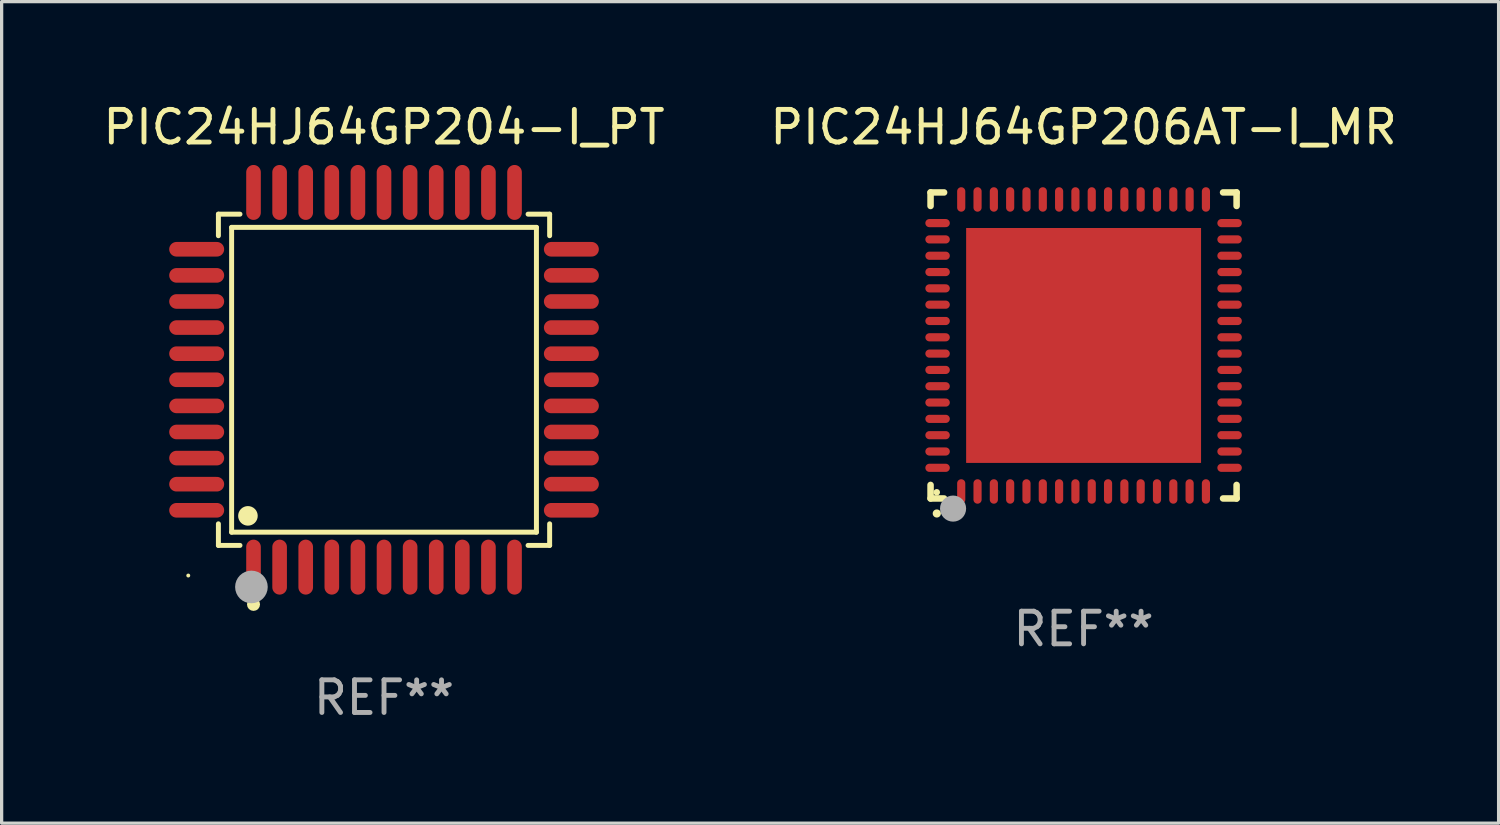
<source format=kicad_pcb>
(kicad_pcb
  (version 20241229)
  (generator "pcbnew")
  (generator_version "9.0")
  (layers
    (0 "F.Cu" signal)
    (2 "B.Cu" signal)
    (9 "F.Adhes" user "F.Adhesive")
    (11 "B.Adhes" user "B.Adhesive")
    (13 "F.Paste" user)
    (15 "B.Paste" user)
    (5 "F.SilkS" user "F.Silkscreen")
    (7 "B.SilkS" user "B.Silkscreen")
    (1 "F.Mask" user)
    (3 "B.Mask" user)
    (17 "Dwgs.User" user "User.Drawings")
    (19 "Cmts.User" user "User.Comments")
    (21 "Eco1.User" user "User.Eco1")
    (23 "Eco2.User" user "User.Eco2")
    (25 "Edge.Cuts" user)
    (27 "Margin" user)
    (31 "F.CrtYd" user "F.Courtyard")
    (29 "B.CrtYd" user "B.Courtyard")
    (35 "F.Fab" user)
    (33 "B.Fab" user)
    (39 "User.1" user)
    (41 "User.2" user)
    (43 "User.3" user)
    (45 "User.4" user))
  (footprint "PIC24HJ64GP204-I_PT"
    (layer "F.Cu")
    (at 8.72 8.59)
    (property "Reference" "PIC24HJ64GP204-I_PT" (at 0 -7.742 0) (layer "F.SilkS") (effects (font (size 1 1) (thickness 0.15))))
    (attr through_hole)
    (fp_line (start -5.076 -5.076) (end -4.415 -5.076) (stroke (width 0.152) (type solid)) (layer "F.SilkS"))
    (fp_line (start -5.076 -4.415) (end -5.076 -5.076) (stroke (width 0.152) (type solid)) (layer "F.SilkS"))
    (fp_line (start -5.076 4.415) (end -5.076 5.076) (stroke (width 0.152) (type solid)) (layer "F.SilkS"))
    (fp_line (start -5.076 5.076) (end -4.415 5.076) (stroke (width 0.152) (type solid)) (layer "F.SilkS"))
    (fp_line (start -4.671 -4.671) (end 4.671 -4.671) (stroke (width 0.152) (type solid)) (layer "F.SilkS"))
    (fp_line (start -4.671 4.671) (end -4.671 -4.671) (stroke (width 0.152) (type solid)) (layer "F.SilkS"))
    (fp_line (start 4.671 -4.671) (end 4.671 4.671) (stroke (width 0.152) (type solid)) (layer "F.SilkS"))
    (fp_line (start 4.671 4.671) (end -4.671 4.671) (stroke (width 0.152) (type solid)) (layer "F.SilkS"))
    (fp_line (start 5.076 -5.076) (end 4.415 -5.076) (stroke (width 0.152) (type solid)) (layer "F.SilkS"))
    (fp_line (start 5.076 -4.415) (end 5.076 -5.076) (stroke (width 0.152) (type solid)) (layer "F.SilkS"))
    (fp_line (start 5.076 4.415) (end 5.076 5.076) (stroke (width 0.152) (type solid)) (layer "F.SilkS"))
    (fp_line (start 5.076 5.076) (end 4.415 5.076) (stroke (width 0.152) (type solid)) (layer "F.SilkS"))
    (fp_circle (center -6 6) (end -5.97 6) (stroke (width 0.06) (type solid)) (fill no) (layer "F.SilkS"))
    (fp_circle (center -4.171 4.171) (end -4.021 4.171) (stroke (width 0.3) (type solid)) (fill no) (layer "F.SilkS"))
    (fp_circle (center -4 6.884) (end -3.9 6.884) (stroke (width 0.2) (type solid)) (fill no) (layer "F.SilkS"))
    (fp_circle (center -4.064 6.35) (end -3.814 6.35) (stroke (width 0.5) (type solid)) (fill no) (layer "F.Fab"))
    (fp_text user "REF**" (at 0 9.742 0) (layer "F.Fab") (effects (font (size 1 1) (thickness 0.15))))
    (pad "1" smd oval (at -4 5.742) (size 0.448 1.684) (layers "F.Cu" "F.Mask" "F.Paste"))
    (pad "2" smd oval (at -3.2 5.742) (size 0.448 1.684) (layers "F.Cu" "F.Mask" "F.Paste"))
    (pad "3" smd oval (at -2.4 5.742) (size 0.448 1.684) (layers "F.Cu" "F.Mask" "F.Paste"))
    (pad "4" smd oval (at -1.6 5.742) (size 0.448 1.684) (layers "F.Cu" "F.Mask" "F.Paste"))
    (pad "5" smd oval (at -0.8 5.742) (size 0.448 1.684) (layers "F.Cu" "F.Mask" "F.Paste"))
    (pad "6" smd oval (at 0 5.742) (size 0.448 1.684) (layers "F.Cu" "F.Mask" "F.Paste"))
    (pad "7" smd oval (at 0.8 5.742) (size 0.448 1.684) (layers "F.Cu" "F.Mask" "F.Paste"))
    (pad "8" smd oval (at 1.6 5.742) (size 0.448 1.684) (layers "F.Cu" "F.Mask" "F.Paste"))
    (pad "9" smd oval (at 2.4 5.742) (size 0.448 1.684) (layers "F.Cu" "F.Mask" "F.Paste"))
    (pad "10" smd oval (at 3.2 5.742) (size 0.448 1.684) (layers "F.Cu" "F.Mask" "F.Paste"))
    (pad "11" smd oval (at 4 5.742) (size 0.448 1.684) (layers "F.Cu" "F.Mask" "F.Paste"))
    (pad "12" smd oval (at 5.742 4) (size 1.684 0.448) (layers "F.Cu" "F.Mask" "F.Paste"))
    (pad "13" smd oval (at 5.742 3.2) (size 1.684 0.448) (layers "F.Cu" "F.Mask" "F.Paste"))
    (pad "14" smd oval (at 5.742 2.4) (size 1.684 0.448) (layers "F.Cu" "F.Mask" "F.Paste"))
    (pad "15" smd oval (at 5.742 1.6) (size 1.684 0.448) (layers "F.Cu" "F.Mask" "F.Paste"))
    (pad "16" smd oval (at 5.742 0.8) (size 1.684 0.448) (layers "F.Cu" "F.Mask" "F.Paste"))
    (pad "17" smd oval (at 5.742 0) (size 1.684 0.448) (layers "F.Cu" "F.Mask" "F.Paste"))
    (pad "18" smd oval (at 5.742 -0.8) (size 1.684 0.448) (layers "F.Cu" "F.Mask" "F.Paste"))
    (pad "19" smd oval (at 5.742 -1.6) (size 1.684 0.448) (layers "F.Cu" "F.Mask" "F.Paste"))
    (pad "20" smd oval (at 5.742 -2.4) (size 1.684 0.448) (layers "F.Cu" "F.Mask" "F.Paste"))
    (pad "21" smd oval (at 5.742 -3.2) (size 1.684 0.448) (layers "F.Cu" "F.Mask" "F.Paste"))
    (pad "22" smd oval (at 5.742 -4) (size 1.684 0.448) (layers "F.Cu" "F.Mask" "F.Paste"))
    (pad "23" smd oval (at 4 -5.742) (size 0.448 1.684) (layers "F.Cu" "F.Mask" "F.Paste"))
    (pad "24" smd oval (at 3.2 -5.742) (size 0.448 1.684) (layers "F.Cu" "F.Mask" "F.Paste"))
    (pad "25" smd oval (at 2.4 -5.742) (size 0.448 1.684) (layers "F.Cu" "F.Mask" "F.Paste"))
    (pad "26" smd oval (at 1.6 -5.742) (size 0.448 1.684) (layers "F.Cu" "F.Mask" "F.Paste"))
    (pad "27" smd oval (at 0.8 -5.742) (size 0.448 1.684) (layers "F.Cu" "F.Mask" "F.Paste"))
    (pad "28" smd oval (at 0 -5.742) (size 0.448 1.684) (layers "F.Cu" "F.Mask" "F.Paste"))
    (pad "29" smd oval (at -0.8 -5.742) (size 0.448 1.684) (layers "F.Cu" "F.Mask" "F.Paste"))
    (pad "30" smd oval (at -1.6 -5.742) (size 0.448 1.684) (layers "F.Cu" "F.Mask" "F.Paste"))
    (pad "31" smd oval (at -2.4 -5.742) (size 0.448 1.684) (layers "F.Cu" "F.Mask" "F.Paste"))
    (pad "32" smd oval (at -3.2 -5.742) (size 0.448 1.684) (layers "F.Cu" "F.Mask" "F.Paste"))
    (pad "33" smd oval (at -4 -5.742) (size 0.448 1.684) (layers "F.Cu" "F.Mask" "F.Paste"))
    (pad "34" smd oval (at -5.742 -4) (size 1.684 0.448) (layers "F.Cu" "F.Mask" "F.Paste"))
    (pad "35" smd oval (at -5.742 -3.2) (size 1.684 0.448) (layers "F.Cu" "F.Mask" "F.Paste"))
    (pad "36" smd oval (at -5.742 -2.4) (size 1.684 0.448) (layers "F.Cu" "F.Mask" "F.Paste"))
    (pad "37" smd oval (at -5.742 -1.6) (size 1.684 0.448) (layers "F.Cu" "F.Mask" "F.Paste"))
    (pad "38" smd oval (at -5.742 -0.8) (size 1.684 0.448) (layers "F.Cu" "F.Mask" "F.Paste"))
    (pad "39" smd oval (at -5.742 0) (size 1.684 0.448) (layers "F.Cu" "F.Mask" "F.Paste"))
    (pad "40" smd oval (at -5.742 0.8) (size 1.684 0.448) (layers "F.Cu" "F.Mask" "F.Paste"))
    (pad "41" smd oval (at -5.742 1.6) (size 1.684 0.448) (layers "F.Cu" "F.Mask" "F.Paste"))
    (pad "42" smd oval (at -5.742 2.4) (size 1.684 0.448) (layers "F.Cu" "F.Mask" "F.Paste"))
    (pad "43" smd oval (at -5.742 3.2) (size 1.684 0.448) (layers "F.Cu" "F.Mask" "F.Paste"))
    (pad "44" smd oval (at -5.742 4) (size 1.684 0.448) (layers "F.Cu" "F.Mask" "F.Paste")))
  (footprint "PIC24HJ64GP206AT-I_MR"
    (layer "F.Cu")
    (at 30.161 7.538)
    (property "Reference" "PIC24HJ64GP206AT-I_MR" (at 0 -6.69 0) (layer "F.SilkS") (effects (font (size 1 1) (thickness 0.15))))
    (attr through_hole)
    (fp_line (start -4.69 -4.69) (end -4.275 -4.69) (stroke (width 0.2) (type solid)) (layer "F.SilkS"))
    (fp_line (start -4.69 -4.275) (end -4.69 -4.69) (stroke (width 0.2) (type solid)) (layer "F.SilkS"))
    (fp_line (start -4.69 4.69) (end -4.69 4.275) (stroke (width 0.2) (type solid)) (layer "F.SilkS"))
    (fp_line (start -4.275 4.69) (end -4.69 4.69) (stroke (width 0.2) (type solid)) (layer "F.SilkS"))
    (fp_line (start 4.275 4.69) (end 4.69 4.69) (stroke (width 0.2) (type solid)) (layer "F.SilkS"))
    (fp_line (start 4.69 -4.69) (end 4.275 -4.69) (stroke (width 0.2) (type solid)) (layer "F.SilkS"))
    (fp_line (start 4.69 -4.275) (end 4.69 -4.69) (stroke (width 0.2) (type solid)) (layer "F.SilkS"))
    (fp_line (start 4.69 4.69) (end 4.69 4.275) (stroke (width 0.2) (type solid)) (layer "F.SilkS"))
    (fp_arc (start -4.499886 5.15) (mid -4.498616 5.149994) (end -4.497346 5.15) (stroke (width 0.24892) (type solid)) (layer "F.SilkS"))
    (fp_circle (center -4.5 4.5) (end -4.45 4.5) (stroke (width 0.1) (type solid)) (fill no) (layer "F.SilkS"))
    (fp_circle (center -4 5) (end -3.8 5) (stroke (width 0.4) (type solid)) (fill no) (layer "F.Fab"))
    (fp_text user "REF**" (at 0 8.69 0) (layer "F.Fab") (effects (font (size 1 1) (thickness 0.15))))
    (pad "1" smd oval (at -3.75 4.475) (size 0.25 0.75) (layers "F.Cu" "F.Mask" "F.Paste"))
    (pad "2" smd oval (at -3.25 4.475) (size 0.25 0.75) (layers "F.Cu" "F.Mask" "F.Paste"))
    (pad "3" smd oval (at -2.75 4.475) (size 0.25 0.75) (layers "F.Cu" "F.Mask" "F.Paste"))
    (pad "4" smd oval (at -2.25 4.475) (size 0.25 0.75) (layers "F.Cu" "F.Mask" "F.Paste"))
    (pad "5" smd oval (at -1.75 4.475) (size 0.25 0.75) (layers "F.Cu" "F.Mask" "F.Paste"))
    (pad "6" smd oval (at -1.25 4.475) (size 0.25 0.75) (layers "F.Cu" "F.Mask" "F.Paste"))
    (pad "7" smd oval (at -0.75 4.475) (size 0.25 0.75) (layers "F.Cu" "F.Mask" "F.Paste"))
    (pad "8" smd oval (at -0.25 4.475) (size 0.25 0.75) (layers "F.Cu" "F.Mask" "F.Paste"))
    (pad "9" smd oval (at 0.25 4.475) (size 0.25 0.75) (layers "F.Cu" "F.Mask" "F.Paste"))
    (pad "10" smd oval (at 0.75 4.475) (size 0.25 0.75) (layers "F.Cu" "F.Mask" "F.Paste"))
    (pad "11" smd oval (at 1.25 4.475) (size 0.25 0.75) (layers "F.Cu" "F.Mask" "F.Paste"))
    (pad "12" smd oval (at 1.75 4.475) (size 0.25 0.75) (layers "F.Cu" "F.Mask" "F.Paste"))
    (pad "13" smd oval (at 2.25 4.475) (size 0.25 0.75) (layers "F.Cu" "F.Mask" "F.Paste"))
    (pad "14" smd oval (at 2.75 4.475) (size 0.25 0.75) (layers "F.Cu" "F.Mask" "F.Paste"))
    (pad "15" smd oval (at 3.25 4.475) (size 0.25 0.75) (layers "F.Cu" "F.Mask" "F.Paste"))
    (pad "16" smd oval (at 3.75 4.475) (size 0.25 0.75) (layers "F.Cu" "F.Mask" "F.Paste"))
    (pad "17" smd oval (at 4.475 3.75) (size 0.75 0.25) (layers "F.Cu" "F.Mask" "F.Paste"))
    (pad "18" smd oval (at 4.475 3.25) (size 0.75 0.25) (layers "F.Cu" "F.Mask" "F.Paste"))
    (pad "19" smd oval (at 4.475 2.75) (size 0.75 0.25) (layers "F.Cu" "F.Mask" "F.Paste"))
    (pad "20" smd oval (at 4.475 2.25) (size 0.75 0.25) (layers "F.Cu" "F.Mask" "F.Paste"))
    (pad "21" smd oval (at 4.475 1.75) (size 0.75 0.25) (layers "F.Cu" "F.Mask" "F.Paste"))
    (pad "22" smd oval (at 4.475 1.25) (size 0.75 0.25) (layers "F.Cu" "F.Mask" "F.Paste"))
    (pad "23" smd oval (at 4.475 0.75) (size 0.75 0.25) (layers "F.Cu" "F.Mask" "F.Paste"))
    (pad "24" smd oval (at 4.475 0.25) (size 0.75 0.25) (layers "F.Cu" "F.Mask" "F.Paste"))
    (pad "25" smd oval (at 4.475 -0.25) (size 0.75 0.25) (layers "F.Cu" "F.Mask" "F.Paste"))
    (pad "26" smd oval (at 4.475 -0.75) (size 0.75 0.25) (layers "F.Cu" "F.Mask" "F.Paste"))
    (pad "27" smd oval (at 4.475 -1.25) (size 0.75 0.25) (layers "F.Cu" "F.Mask" "F.Paste"))
    (pad "28" smd oval (at 4.475 -1.75) (size 0.75 0.25) (layers "F.Cu" "F.Mask" "F.Paste"))
    (pad "29" smd oval (at 4.475 -2.25) (size 0.75 0.25) (layers "F.Cu" "F.Mask" "F.Paste"))
    (pad "30" smd oval (at 4.475 -2.75) (size 0.75 0.25) (layers "F.Cu" "F.Mask" "F.Paste"))
    (pad "31" smd oval (at 4.475 -3.25) (size 0.75 0.25) (layers "F.Cu" "F.Mask" "F.Paste"))
    (pad "32" smd oval (at 4.475 -3.75) (size 0.75 0.25) (layers "F.Cu" "F.Mask" "F.Paste"))
    (pad "33" smd oval (at 3.75 -4.475) (size 0.25 0.75) (layers "F.Cu" "F.Mask" "F.Paste"))
    (pad "34" smd oval (at 3.25 -4.475) (size 0.25 0.75) (layers "F.Cu" "F.Mask" "F.Paste"))
    (pad "35" smd oval (at 2.75 -4.475) (size 0.25 0.75) (layers "F.Cu" "F.Mask" "F.Paste"))
    (pad "36" smd oval (at 2.25 -4.475) (size 0.25 0.75) (layers "F.Cu" "F.Mask" "F.Paste"))
    (pad "37" smd oval (at 1.75 -4.475) (size 0.25 0.75) (layers "F.Cu" "F.Mask" "F.Paste"))
    (pad "38" smd oval (at 1.25 -4.475) (size 0.25 0.75) (layers "F.Cu" "F.Mask" "F.Paste"))
    (pad "39" smd oval (at 0.75 -4.475) (size 0.25 0.75) (layers "F.Cu" "F.Mask" "F.Paste"))
    (pad "40" smd oval (at 0.25 -4.475) (size 0.25 0.75) (layers "F.Cu" "F.Mask" "F.Paste"))
    (pad "41" smd oval (at -0.25 -4.475) (size 0.25 0.75) (layers "F.Cu" "F.Mask" "F.Paste"))
    (pad "42" smd oval (at -0.75 -4.475) (size 0.25 0.75) (layers "F.Cu" "F.Mask" "F.Paste"))
    (pad "43" smd oval (at -1.25 -4.475) (size 0.25 0.75) (layers "F.Cu" "F.Mask" "F.Paste"))
    (pad "44" smd oval (at -1.75 -4.475) (size 0.25 0.75) (layers "F.Cu" "F.Mask" "F.Paste"))
    (pad "45" smd oval (at -2.25 -4.475) (size 0.25 0.75) (layers "F.Cu" "F.Mask" "F.Paste"))
    (pad "46" smd oval (at -2.75 -4.475) (size 0.25 0.75) (layers "F.Cu" "F.Mask" "F.Paste"))
    (pad "47" smd oval (at -3.25 -4.475) (size 0.25 0.75) (layers "F.Cu" "F.Mask" "F.Paste"))
    (pad "48" smd oval (at -3.75 -4.475) (size 0.25 0.75) (layers "F.Cu" "F.Mask" "F.Paste"))
    (pad "49" smd oval (at -4.475 -3.75) (size 0.75 0.25) (layers "F.Cu" "F.Mask" "F.Paste"))
    (pad "50" smd oval (at -4.475 -3.25) (size 0.75 0.25) (layers "F.Cu" "F.Mask" "F.Paste"))
    (pad "51" smd oval (at -4.475 -2.75) (size 0.75 0.25) (layers "F.Cu" "F.Mask" "F.Paste"))
    (pad "52" smd oval (at -4.475 -2.25) (size 0.75 0.25) (layers "F.Cu" "F.Mask" "F.Paste"))
    (pad "53" smd oval (at -4.475 -1.75) (size 0.75 0.25) (layers "F.Cu" "F.Mask" "F.Paste"))
    (pad "54" smd oval (at -4.475 -1.25) (size 0.75 0.25) (layers "F.Cu" "F.Mask" "F.Paste"))
    (pad "55" smd oval (at -4.475 -0.75) (size 0.75 0.25) (layers "F.Cu" "F.Mask" "F.Paste"))
    (pad "56" smd oval (at -4.475 -0.25) (size 0.75 0.25) (layers "F.Cu" "F.Mask" "F.Paste"))
    (pad "57" smd oval (at -4.475 0.25) (size 0.75 0.25) (layers "F.Cu" "F.Mask" "F.Paste"))
    (pad "58" smd oval (at -4.475 0.75) (size 0.75 0.25) (layers "F.Cu" "F.Mask" "F.Paste"))
    (pad "59" smd oval (at -4.475 1.25) (size 0.75 0.25) (layers "F.Cu" "F.Mask" "F.Paste"))
    (pad "60" smd oval (at -4.475 1.75) (size 0.75 0.25) (layers "F.Cu" "F.Mask" "F.Paste"))
    (pad "61" smd oval (at -4.475 2.25) (size 0.75 0.25) (layers "F.Cu" "F.Mask" "F.Paste"))
    (pad "62" smd oval (at -4.475 2.75) (size 0.75 0.25) (layers "F.Cu" "F.Mask" "F.Paste"))
    (pad "63" smd oval (at -4.475 3.25) (size 0.75 0.25) (layers "F.Cu" "F.Mask" "F.Paste"))
    (pad "64" smd oval (at -4.475 3.75) (size 0.75 0.25) (layers "F.Cu" "F.Mask" "F.Paste"))
    (pad "65" smd rect (at 0.000368 0.000013) (size 7.2 7.2) (layers "F.Cu" "F.Mask" "F.Paste")))
  (gr_rect
    (start -3 -3)
    (end 42.881 22.18)
    (stroke (width 0.1) (type default))
    (fill no)
    (layer "Edge.Cuts")))
</source>
